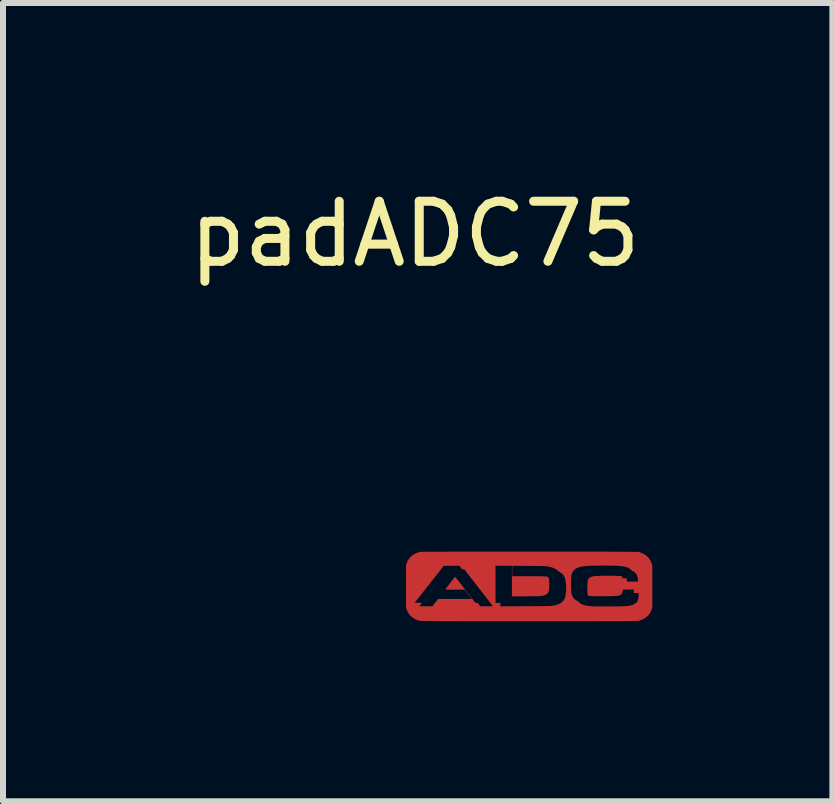
<source format=kicad_pcb>
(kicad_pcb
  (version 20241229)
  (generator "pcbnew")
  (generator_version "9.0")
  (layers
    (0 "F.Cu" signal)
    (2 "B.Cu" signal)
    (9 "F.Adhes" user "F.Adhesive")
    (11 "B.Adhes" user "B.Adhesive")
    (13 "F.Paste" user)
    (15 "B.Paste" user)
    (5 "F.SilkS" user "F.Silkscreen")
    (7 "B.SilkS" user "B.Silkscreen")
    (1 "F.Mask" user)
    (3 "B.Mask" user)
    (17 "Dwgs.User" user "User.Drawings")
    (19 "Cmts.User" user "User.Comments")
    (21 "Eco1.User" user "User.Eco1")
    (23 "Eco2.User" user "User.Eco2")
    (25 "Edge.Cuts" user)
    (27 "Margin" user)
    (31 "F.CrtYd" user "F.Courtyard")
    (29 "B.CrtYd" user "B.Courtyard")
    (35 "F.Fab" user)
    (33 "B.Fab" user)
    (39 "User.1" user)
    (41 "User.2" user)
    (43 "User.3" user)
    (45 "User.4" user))
  (footprint "padADC75"
    (layer "F.Cu")
    (at 3.863 6.748)
    (property "Reference" "padADC75" (at 0.000001 -5.9 0) (unlocked yes) (layer "F.SilkS") (effects (font (size 1 1) (thickness 0.15))))
    (attr smd)
    (fp_poly (pts (xy -0.005 0.243) (xy -0.005 0.243) (xy -0.005 0.243)) (stroke (width -0.000001) (type solid)) (fill yes) (layer "F.Mask"))
    (fp_poly (pts (xy 0.612 -0.37) (xy 0.747 -0.369) (xy 0.984 -0.062) (xy 1.221 0.245) (xy 1.221 0.246) (xy 1.219 0.246) (xy 1.213 0.246) (xy 1.19 0.246) (xy 1.156 0.247) (xy 1.114 0.247) (xy 1.006 0.247) (xy 0.958 0.186) (xy 0.911 0.125) (xy 0.61 0.125) (xy 0.309 0.125) (xy 0.215 0.247) (xy 0.104 0.247) (xy 0.061 0.246) (xy 0.026 0.246) (xy 0.013 0.245) (xy 0.003 0.245) (xy -0.003 0.244) (xy -0.004 0.244) (xy -0.005 0.243) (xy 0.015 0.218) (xy 0.067 0.151) (xy 0.168 0.022) (xy 0.388 0.022) (xy 0.388 0.022) (xy 0.388 0.022) (xy 0.391 0.023) (xy 0.395 0.023) (xy 0.401 0.023) (xy 0.418 0.024) (xy 0.442 0.025) (xy 0.474 0.025) (xy 0.512 0.025) (xy 0.612 0.026) (xy 0.837 0.026) (xy 0.827 0.011) (xy 0.612 -0.265) (xy 0.609 -0.263) (xy 0.602 -0.254) (xy 0.576 -0.223) (xy 0.5 -0.127) (xy 0.424 -0.028) (xy 0.398 0.006) (xy 0.388 0.022) (xy 0.168 0.022) (xy 0.236 -0.065) (xy 0.476 -0.371)) (stroke (width -0.000001) (type solid)) (fill yes) (layer "F.Mask"))
    (fp_poly (pts (xy 1.76 -0.369) (xy 1.98 -0.368) (xy 2.111 -0.367) (xy 2.179 -0.365) (xy 2.198 -0.364) (xy 2.212 -0.362) (xy 2.233 -0.358) (xy 2.252 -0.354) (xy 2.27 -0.349) (xy 2.287 -0.344) (xy 2.303 -0.339) (xy 2.317 -0.333) (xy 2.331 -0.327) (xy 2.343 -0.321) (xy 2.355 -0.314) (xy 2.365 -0.306) (xy 2.375 -0.298) (xy 2.384 -0.289) (xy 2.392 -0.28) (xy 2.399 -0.27) (xy 2.406 -0.259) (xy 2.412 -0.248) (xy 2.416 -0.239) (xy 2.419 -0.231) (xy 2.422 -0.223) (xy 2.425 -0.214) (xy 2.428 -0.206) (xy 2.43 -0.197) (xy 2.432 -0.187) (xy 2.434 -0.177) (xy 2.435 -0.167) (xy 2.436 -0.155) (xy 2.437 -0.142) (xy 2.438 -0.128) (xy 2.438 -0.113) (xy 2.438 -0.096) (xy 2.439 -0.058) (xy 2.438 -0.008) (xy 2.438 0.011) (xy 2.437 0.026) (xy 2.436 0.039) (xy 2.435 0.05) (xy 2.434 0.06) (xy 2.432 0.069) (xy 2.428 0.084) (xy 2.423 0.098) (xy 2.419 0.111) (xy 2.413 0.124) (xy 2.407 0.135) (xy 2.4 0.146) (xy 2.393 0.157) (xy 2.385 0.167) (xy 2.376 0.176) (xy 2.366 0.184) (xy 2.356 0.192) (xy 2.345 0.199) (xy 2.334 0.205) (xy 2.322 0.211) (xy 2.309 0.217) (xy 2.295 0.221) (xy 2.271 0.229) (xy 2.259 0.232) (xy 2.254 0.234) (xy 2.248 0.235) (xy 2.242 0.236) (xy 2.235 0.237) (xy 2.228 0.238) (xy 2.22 0.239) (xy 2.212 0.24) (xy 2.202 0.24) (xy 2.181 0.242) (xy 2.154 0.243) (xy 2.123 0.243) (xy 2.085 0.244) (xy 2.04 0.244) (xy 1.925 0.245) (xy 1.771 0.246) (xy 1.343 0.247) (xy 1.343 -0.062) (xy 1.343 -0.253) (xy 1.538 -0.253) (xy 1.538 0.133) (xy 1.824 0.131) (xy 1.989 0.131) (xy 2.078 0.129) (xy 2.102 0.128) (xy 2.119 0.127) (xy 2.131 0.124) (xy 2.141 0.122) (xy 2.156 0.117) (xy 2.162 0.115) (xy 2.168 0.113) (xy 2.174 0.11) (xy 2.18 0.107) (xy 2.185 0.104) (xy 2.19 0.101) (xy 2.195 0.098) (xy 2.199 0.095) (xy 2.204 0.091) (xy 2.208 0.087) (xy 2.211 0.083) (xy 2.215 0.079) (xy 2.218 0.074) (xy 2.221 0.069) (xy 2.223 0.064) (xy 2.226 0.059) (xy 2.228 0.053) (xy 2.23 0.047) (xy 2.232 0.04) (xy 2.233 0.034) (xy 2.235 0.027) (xy 2.236 0.019) (xy 2.237 0.011) (xy 2.238 0.003) (xy 2.239 -0.015) (xy 2.24 -0.035) (xy 2.24 -0.056) (xy 2.24 -0.079) (xy 2.239 -0.099) (xy 2.237 -0.118) (xy 2.235 -0.135) (xy 2.233 -0.151) (xy 2.229 -0.165) (xy 2.225 -0.177) (xy 2.222 -0.183) (xy 2.22 -0.188) (xy 2.217 -0.194) (xy 2.213 -0.198) (xy 2.21 -0.203) (xy 2.206 -0.207) (xy 2.202 -0.211) (xy 2.198 -0.215) (xy 2.194 -0.219) (xy 2.189 -0.222) (xy 2.179 -0.229) (xy 2.167 -0.234) (xy 2.155 -0.239) (xy 2.141 -0.244) (xy 2.137 -0.245) (xy 2.132 -0.246) (xy 2.127 -0.247) (xy 2.12 -0.247) (xy 2.112 -0.248) (xy 2.102 -0.249) (xy 2.089 -0.249) (xy 2.075 -0.249) (xy 2.057 -0.25) (xy 2.036 -0.25) (xy 1.984 -0.251) (xy 1.916 -0.251) (xy 1.828 -0.252) (xy 1.538 -0.253) (xy 1.343 -0.253) (xy 1.343 -0.371)) (stroke (width -0.000001) (type solid)) (fill yes) (layer "F.Mask"))
    (fp_poly (pts (xy 3.271 -0.376) (xy 3.345 -0.374) (xy 3.404 -0.371) (xy 3.435 -0.368) (xy 3.463 -0.364) (xy 3.489 -0.359) (xy 3.512 -0.354) (xy 3.533 -0.347) (xy 3.552 -0.34) (xy 3.56 -0.336) (xy 3.568 -0.331) (xy 3.576 -0.326) (xy 3.583 -0.321) (xy 3.59 -0.316) (xy 3.596 -0.31) (xy 3.601 -0.304) (xy 3.607 -0.298) (xy 3.611 -0.291) (xy 3.616 -0.284) (xy 3.62 -0.276) (xy 3.623 -0.268) (xy 3.626 -0.26) (xy 3.629 -0.252) (xy 3.633 -0.233) (xy 3.636 -0.213) (xy 3.638 -0.192) (xy 3.639 -0.163) (xy 3.544 -0.162) (xy 3.45 -0.161) (xy 3.45 -0.178) (xy 3.45 -0.182) (xy 3.45 -0.186) (xy 3.449 -0.191) (xy 3.448 -0.195) (xy 3.448 -0.199) (xy 3.446 -0.203) (xy 3.445 -0.207) (xy 3.444 -0.211) (xy 3.442 -0.214) (xy 3.44 -0.218) (xy 3.439 -0.221) (xy 3.437 -0.224) (xy 3.435 -0.227) (xy 3.432 -0.229) (xy 3.43 -0.231) (xy 3.428 -0.233) (xy 3.425 -0.235) (xy 3.422 -0.237) (xy 3.419 -0.239) (xy 3.415 -0.24) (xy 3.407 -0.243) (xy 3.398 -0.246) (xy 3.387 -0.249) (xy 3.375 -0.251) (xy 3.362 -0.253) (xy 3.346 -0.254) (xy 3.329 -0.256) (xy 3.309 -0.257) (xy 3.288 -0.258) (xy 3.263 -0.259) (xy 3.237 -0.259) (xy 3.207 -0.26) (xy 3.14 -0.26) (xy 3.063 -0.26) (xy 3 -0.259) (xy 2.949 -0.256) (xy 2.909 -0.253) (xy 2.893 -0.25) (xy 2.879 -0.248) (xy 2.866 -0.245) (xy 2.855 -0.241) (xy 2.846 -0.237) (xy 2.838 -0.233) (xy 2.831 -0.228) (xy 2.825 -0.222) (xy 2.82 -0.218) (xy 2.818 -0.216) (xy 2.817 -0.213) (xy 2.815 -0.211) (xy 2.813 -0.208) (xy 2.811 -0.206) (xy 2.81 -0.203) (xy 2.809 -0.201) (xy 2.807 -0.198) (xy 2.806 -0.195) (xy 2.805 -0.192) (xy 2.804 -0.188) (xy 2.803 -0.185) (xy 2.802 -0.181) (xy 2.802 -0.177) (xy 2.801 -0.173) (xy 2.8 -0.168) (xy 2.8 -0.163) (xy 2.799 -0.158) (xy 2.798 -0.147) (xy 2.798 -0.134) (xy 2.797 -0.119) (xy 2.797 -0.103) (xy 2.797 -0.084) (xy 2.797 -0.064) (xy 2.797 -0.025) (xy 2.798 0.007) (xy 2.798 0.02) (xy 2.799 0.031) (xy 2.8 0.041) (xy 2.802 0.05) (xy 2.803 0.058) (xy 2.805 0.065) (xy 2.808 0.071) (xy 2.811 0.077) (xy 2.814 0.082) (xy 2.818 0.087) (xy 2.822 0.092) (xy 2.827 0.097) (xy 2.83 0.099) (xy 2.833 0.102) (xy 2.836 0.105) (xy 2.84 0.107) (xy 2.844 0.11) (xy 2.848 0.112) (xy 2.852 0.114) (xy 2.856 0.116) (xy 2.861 0.118) (xy 2.866 0.12) (xy 2.871 0.121) (xy 2.877 0.123) (xy 2.883 0.125) (xy 2.89 0.126) (xy 2.904 0.128) (xy 2.92 0.13) (xy 2.937 0.132) (xy 2.957 0.133) (xy 2.979 0.134) (xy 3.003 0.135) (xy 3.03 0.136) (xy 3.06 0.136) (xy 3.092 0.136) (xy 3.206 0.135) (xy 3.297 0.132) (xy 3.332 0.13) (xy 3.361 0.128) (xy 3.382 0.126) (xy 3.395 0.123) (xy 3.403 0.121) (xy 3.41 0.118) (xy 3.416 0.115) (xy 3.422 0.112) (xy 3.425 0.11) (xy 3.428 0.108) (xy 3.43 0.107) (xy 3.433 0.105) (xy 3.435 0.103) (xy 3.437 0.101) (xy 3.439 0.099) (xy 3.441 0.096) (xy 3.443 0.094) (xy 3.444 0.092) (xy 3.446 0.089) (xy 3.447 0.087) (xy 3.449 0.084) (xy 3.45 0.081) (xy 3.451 0.079) (xy 3.452 0.076) (xy 3.453 0.073) (xy 3.454 0.07) (xy 3.455 0.063) (xy 3.456 0.056) (xy 3.457 0.048) (xy 3.459 0.022) (xy 3.648 0.022) (xy 3.648 0.059) (xy 3.648 0.071) (xy 3.648 0.083) (xy 3.647 0.095) (xy 3.645 0.105) (xy 3.644 0.115) (xy 3.642 0.125) (xy 3.64 0.134) (xy 3.637 0.142) (xy 3.634 0.151) (xy 3.631 0.158) (xy 3.627 0.165) (xy 3.622 0.172) (xy 3.618 0.178) (xy 3.613 0.184) (xy 3.607 0.19) (xy 3.601 0.195) (xy 3.595 0.2) (xy 3.588 0.205) (xy 3.58 0.209) (xy 3.572 0.214) (xy 3.564 0.218) (xy 3.555 0.222) (xy 3.546 0.225) (xy 3.536 0.228) (xy 3.526 0.231) (xy 3.515 0.234) (xy 3.503 0.237) (xy 3.491 0.239) (xy 3.478 0.241) (xy 3.465 0.243) (xy 3.45 0.245) (xy 3.435 0.247) (xy 3.402 0.249) (xy 3.346 0.25) (xy 3.194 0.252) (xy 3.031 0.252) (xy 2.963 0.252) (xy 2.913 0.251) (xy 2.913 0.251) (xy 2.873 0.249) (xy 2.839 0.246) (xy 2.809 0.243) (xy 2.795 0.241) (xy 2.783 0.239) (xy 2.771 0.237) (xy 2.76 0.235) (xy 2.749 0.232) (xy 2.739 0.229) (xy 2.729 0.226) (xy 2.719 0.222) (xy 2.71 0.218) (xy 2.701 0.214) (xy 2.692 0.21) (xy 2.684 0.205) (xy 2.676 0.2) (xy 2.669 0.194) (xy 2.662 0.189) (xy 2.655 0.183) (xy 2.649 0.176) (xy 2.643 0.169) (xy 2.638 0.162) (xy 2.633 0.155) (xy 2.628 0.147) (xy 2.623 0.139) (xy 2.62 0.131) (xy 2.616 0.122) (xy 2.613 0.113) (xy 2.61 0.104) (xy 2.608 0.092) (xy 2.605 0.077) (xy 2.603 0.06) (xy 2.602 0.04) (xy 2.599 -0.003) (xy 2.598 -0.05) (xy 2.598 -0.097) (xy 2.599 -0.142) (xy 2.602 -0.181) (xy 2.604 -0.197) (xy 2.606 -0.211) (xy 2.608 -0.218) (xy 2.61 -0.225) (xy 2.612 -0.232) (xy 2.614 -0.24) (xy 2.617 -0.247) (xy 2.62 -0.254) (xy 2.623 -0.26) (xy 2.626 -0.267) (xy 2.629 -0.273) (xy 2.633 -0.28) (xy 2.636 -0.285) (xy 2.64 -0.291) (xy 2.644 -0.296) (xy 2.647 -0.3) (xy 2.651 -0.304) (xy 2.655 -0.308) (xy 2.661 -0.313) (xy 2.669 -0.318) (xy 2.676 -0.323) (xy 2.685 -0.328) (xy 2.694 -0.332) (xy 2.703 -0.337) (xy 2.713 -0.341) (xy 2.723 -0.345) (xy 2.734 -0.348) (xy 2.745 -0.352) (xy 2.756 -0.355) (xy 2.768 -0.358) (xy 2.78 -0.361) (xy 2.792 -0.363) (xy 2.805 -0.365) (xy 2.818 -0.367) (xy 2.866 -0.371) (xy 2.932 -0.374) (xy 3.011 -0.376) (xy 3.098 -0.377) (xy 3.187 -0.377)) (stroke (width -0.000001) (type solid)) (fill yes) (layer "F.Mask"))
    (fp_poly (pts (xy 0.274 -0.178) (xy 3.475 -0.178) (xy 3.475 0.076) (xy 0.274 0.076)) (stroke (width 0.4) (type solid)) (fill yes) (layer "B.Mask"))
    (pad "1" smd rect (at 0 -0.381) (size 0.12 0.06) (layers "F.Cu" "F.Mask" "F.Paste"))
    (pad "1" smd custom (at 0 -0.000117) (size 0.065 0.065) (drill (offset 1.9 0)) (layers "F.Cu" "F.Mask" "F.Paste") (options (anchor circle)) (primitives (gr_poly (pts (xy -0.057 -0.016) (xy -0.056 -0.023) (xy -0.052 -0.028) (xy -0.047 -0.031) (xy -0.041 -0.033) (xy 0.041 -0.033) (xy 0.047 -0.031) (xy 0.052 -0.028) (xy 0.056 -0.023) (xy 0.057 -0.016) (xy 0.057 0.016) (xy 0.056 0.023) (xy 0.052 0.028) (xy 0.047 0.031) (xy 0.041 0.033) (xy -0.041 0.033) (xy -0.047 0.031) (xy -0.052 0.028) (xy -0.056 0.023) (xy -0.057 0.016)) (width 0) (fill yes)) (gr_poly (pts (xy -0.029 -0.199) (xy 0.125 -0.199) (xy 0.229 -0.197) (xy 0.264 -0.195) (xy 0.29 -0.193) (xy 0.307 -0.191) (xy 0.317 -0.188) (xy 0.317 -0.187) (xy 0.318 -0.187) (xy 0.318 -0.187) (xy 0.318 -0.186) (xy 0.319 -0.186) (xy 0.319 -0.186) (xy 0.32 -0.184) (xy 0.321 -0.183) (xy 0.322 -0.181) (xy 0.323 -0.18) (xy 0.324 -0.178) (xy 0.325 -0.176) (xy 0.326 -0.174) (xy 0.326 -0.171) (xy 0.327 -0.169) (xy 0.328 -0.166) (xy 0.329 -0.164) (xy 0.33 -0.161) (xy 0.331 -0.158) (xy 0.333 -0.15) (xy 0.334 -0.141) (xy 0.335 -0.129) (xy 0.336 -0.117) (xy 0.338 -0.089) (xy 0.338 -0.059) (xy 0.338 -0.028) (xy 0.337 -0.000421) (xy 0.336 0.012) (xy 0.334 0.023) (xy 0.333 0.033) (xy 0.331 0.041) (xy 0.329 0.047) (xy 0.328 0.052) (xy 0.326 0.057) (xy 0.324 0.062) (xy 0.321 0.067) (xy 0.319 0.071) (xy 0.316 0.076) (xy 0.314 0.08) (xy 0.311 0.084) (xy 0.308 0.088) (xy 0.304 0.091) (xy 0.301 0.095) (xy 0.297 0.098) (xy 0.293 0.101) (xy 0.289 0.104) (xy 0.285 0.107) (xy 0.28 0.109) (xy 0.275 0.112) (xy 0.27 0.114) (xy 0.264 0.116) (xy 0.259 0.118) (xy 0.252 0.12) (xy 0.246 0.122) (xy 0.239 0.123) (xy 0.232 0.125) (xy 0.225 0.126) (xy 0.21 0.129) (xy 0.193 0.131) (xy 0.174 0.132) (xy 0.161 0.133) (xy 0.14 0.134) (xy 0.081 0.135) (xy 0.005 0.136) (xy -0.078 0.136) (xy -0.285 0.136) (xy -0.285 -0.032) (xy -0.285 -0.199)) (width 0) (fill yes)) (gr_line (start -0.282 -0.19) (end -0.282 -0.449) (width 0.006)) (gr_poly (pts (xy 1.365 -0.607) (xy 1.812 -0.604) (xy 1.812 -0.604) (xy 1.812 -0.604) (xy 1.812 -0.604) (xy 1.812 -0.604) (xy 1.812 -0.603) (xy 1.812 -0.603) (xy 1.813 -0.603) (xy 1.813 -0.603) (xy 1.813 -0.603) (xy 1.813 -0.603) (xy 1.813 -0.603) (xy 1.814 -0.603) (xy 1.814 -0.602) (xy 1.814 -0.602) (xy 1.814 -0.602) (xy 1.815 -0.602) (xy 1.815 -0.602) (xy 1.815 -0.602) (xy 1.816 -0.602) (xy 1.816 -0.602) (xy 1.817 -0.602) (xy 1.817 -0.602) (xy 1.817 -0.602) (xy 1.818 -0.602) (xy 1.818 -0.602) (xy 1.819 -0.602) (xy 1.819 -0.602) (xy 1.82 -0.602) (xy 1.82 -0.603) (xy 1.821 -0.603) (xy 1.821 -0.603) (xy 1.822 -0.603) (xy 1.823 -0.603) (xy 1.824 -0.603) (xy 1.824 -0.603) (xy 1.825 -0.604) (xy 1.826 -0.604) (xy 1.827 -0.604) (xy 1.828 -0.604) (xy 1.828 -0.604) (xy 1.829 -0.604) (xy 1.829 -0.603) (xy 1.83 -0.603) (xy 1.83 -0.603) (xy 1.831 -0.603) (xy 1.831 -0.603) (xy 1.831 -0.603) (xy 1.831 -0.602) (xy 1.831 -0.602) (xy 1.831 -0.602) (xy 1.831 -0.602) (xy 1.831 -0.602) (xy 1.831 -0.602) (xy 1.831 -0.602) (xy 1.831 -0.601) (xy 1.831 -0.601) (xy 1.832 -0.601) (xy 1.832 -0.601) (xy 1.832 -0.601) (xy 1.832 -0.601) (xy 1.832 -0.6) (xy 1.832 -0.6) (xy 1.833 -0.6) (xy 1.833 -0.6) (xy 1.833 -0.6) (xy 1.834 -0.6) (xy 1.834 -0.6) (xy 1.834 -0.599) (xy 1.835 -0.599) (xy 1.835 -0.599) (xy 1.835 -0.599) (xy 1.836 -0.599) (xy 1.836 -0.599) (xy 1.837 -0.599) (xy 1.838 -0.599) (xy 1.839 -0.598) (xy 1.84 -0.598) (xy 1.84 -0.598) (xy 1.841 -0.598) (xy 1.842 -0.598) (xy 1.843 -0.598) (xy 1.844 -0.598) (xy 1.846 -0.597) (xy 1.848 -0.597) (xy 1.85 -0.596) (xy 1.854 -0.594) (xy 1.859 -0.593) (xy 1.864 -0.591) (xy 1.869 -0.588) (xy 1.875 -0.586) (xy 1.88 -0.584) (xy 1.884 -0.582) (xy 1.889 -0.58) (xy 1.893 -0.579) (xy 1.896 -0.578) (xy 1.897 -0.577) (xy 1.899 -0.577) (xy 1.9 -0.577) (xy 1.9 -0.577) (xy 1.901 -0.577) (xy 1.901 -0.577) (xy 1.901 -0.577) (xy 1.901 -0.577) (xy 1.902 -0.577) (xy 1.902 -0.577) (xy 1.902 -0.577) (xy 1.902 -0.577) (xy 1.902 -0.577) (xy 1.902 -0.577) (xy 1.902 -0.577) (xy 1.902 -0.577) (xy 1.902 -0.577) (xy 1.902 -0.577) (xy 1.903 -0.577) (xy 1.903 -0.577) (xy 1.903 -0.577) (xy 1.903 -0.577) (xy 1.903 -0.577) (xy 1.903 -0.577) (xy 1.903 -0.577) (xy 1.903 -0.577) (xy 1.903 -0.576) (xy 1.903 -0.576) (xy 1.903 -0.576) (xy 1.903 -0.576) (xy 1.903 -0.576) (xy 1.903 -0.576) (xy 1.903 -0.575) (xy 1.903 -0.575) (xy 1.903 -0.575) (xy 1.903 -0.575) (xy 1.903 -0.574) (xy 1.904 -0.574) (xy 1.904 -0.574) (xy 1.904 -0.573) (xy 1.904 -0.573) (xy 1.904 -0.573) (xy 1.904 -0.572) (xy 1.904 -0.572) (xy 1.904 -0.572) (xy 1.904 -0.572) (xy 1.904 -0.571) (xy 1.904 -0.571) (xy 1.904 -0.571) (xy 1.904 -0.571) (xy 1.904 -0.571) (xy 1.904 -0.571) (xy 1.904 -0.571) (xy 1.905 -0.571) (xy 1.905 -0.571) (xy 1.905 -0.571) (xy 1.905 -0.571) (xy 1.905 -0.571) (xy 1.905 -0.571) (xy 1.905 -0.571) (xy 1.905 -0.571) (xy 1.905 -0.571) (xy 1.905 -0.571) (xy 1.906 -0.571) (xy 1.906 -0.571) (xy 1.906 -0.571) (xy 1.906 -0.571) (xy 1.907 -0.571) (xy 1.908 -0.571) (xy 1.909 -0.571) (xy 1.912 -0.569) (xy 1.916 -0.567) (xy 1.921 -0.565) (xy 1.926 -0.561) (xy 1.931 -0.558) (xy 1.937 -0.553) (xy 1.943 -0.549) (xy 1.949 -0.544) (xy 1.955 -0.54) (xy 1.961 -0.535) (xy 1.967 -0.53) (xy 1.972 -0.526) (xy 1.976 -0.521) (xy 1.981 -0.517) (xy 1.985 -0.512) (xy 1.99 -0.507) (xy 1.995 -0.501) (xy 2 -0.494) (xy 2.005 -0.488) (xy 2.009 -0.481) (xy 2.014 -0.474) (xy 2.018 -0.466) (xy 2.023 -0.459) (xy 2.027 -0.451) (xy 2.031 -0.444) (xy 2.034 -0.437) (xy 2.037 -0.43) (xy 2.04 -0.423) (xy 2.043 -0.416) (xy 2.045 -0.41) (xy 2.054 -0.382) (xy 2.054 0.323) (xy 2.045 0.351) (xy 2.043 0.358) (xy 2.04 0.364) (xy 2.037 0.371) (xy 2.034 0.379) (xy 2.031 0.386) (xy 2.027 0.393) (xy 2.023 0.401) (xy 2.018 0.408) (xy 2.014 0.415) (xy 2.009 0.422) (xy 2.005 0.429) (xy 2 0.436) (xy 1.995 0.442) (xy 1.99 0.448) (xy 1.985 0.454) (xy 1.981 0.459) (xy 1.976 0.463) (xy 1.972 0.468) (xy 1.967 0.472) (xy 1.961 0.477) (xy 1.949 0.486) (xy 1.937 0.495) (xy 1.926 0.503) (xy 1.921 0.506) (xy 1.916 0.509) (xy 1.912 0.511) (xy 1.909 0.513) (xy 1.907 0.513) (xy 1.906 0.513) (xy 1.906 0.513) (xy 1.906 0.513) (xy 1.906 0.513) (xy 1.905 0.513) (xy 1.905 0.513) (xy 1.905 0.513) (xy 1.905 0.512) (xy 1.905 0.512) (xy 1.905 0.512) (xy 1.905 0.512) (xy 1.905 0.512) (xy 1.905 0.512) (xy 1.905 0.513) (xy 1.904 0.513) (xy 1.904 0.513) (xy 1.904 0.513) (xy 1.904 0.513) (xy 1.904 0.513) (xy 1.904 0.513) (xy 1.904 0.513) (xy 1.904 0.513) (xy 1.904 0.513) (xy 1.904 0.514) (xy 1.904 0.514) (xy 1.904 0.514) (xy 1.904 0.514) (xy 1.904 0.514) (xy 1.904 0.514) (xy 1.904 0.515) (xy 1.904 0.515) (xy 1.904 0.515) (xy 1.904 0.515) (xy 1.904 0.516) (xy 1.903 0.516) (xy 1.903 0.517) (xy 1.903 0.517) (xy 1.903 0.517) (xy 1.903 0.518) (xy 1.903 0.518) (xy 1.903 0.518) (xy 1.903 0.518) (xy 1.903 0.519) (xy 1.903 0.519) (xy 1.903 0.519) (xy 1.903 0.519) (xy 1.903 0.519) (xy 1.903 0.519) (xy 1.902 0.519) (xy 1.902 0.519) (xy 1.902 0.519) (xy 1.902 0.519) (xy 1.902 0.519) (xy 1.902 0.519) (xy 1.902 0.519) (xy 1.902 0.519) (xy 1.902 0.519) (xy 1.902 0.519) (xy 1.901 0.519) (xy 1.901 0.519) (xy 1.901 0.518) (xy 1.901 0.518) (xy 1.901 0.518) (xy 1.9 0.518) (xy 1.9 0.518) (xy 1.899 0.519) (xy 1.897 0.519) (xy 1.896 0.519) (xy 1.894 0.52) (xy 1.893 0.52) (xy 1.891 0.521) (xy 1.889 0.522) (xy 1.886 0.523) (xy 1.884 0.524) (xy 1.882 0.525) (xy 1.88 0.526) (xy 1.877 0.527) (xy 1.875 0.528) (xy 1.869 0.53) (xy 1.864 0.532) (xy 1.859 0.534) (xy 1.854 0.536) (xy 1.85 0.538) (xy 1.846 0.539) (xy 1.843 0.54) (xy 1.842 0.54) (xy 1.841 0.54) (xy 1.84 0.54) (xy 1.839 0.54) (xy 1.838 0.54) (xy 1.837 0.54) (xy 1.836 0.541) (xy 1.835 0.541) (xy 1.835 0.541) (xy 1.834 0.541) (xy 1.833 0.542) (xy 1.833 0.542) (xy 1.832 0.542) (xy 1.832 0.542) (xy 1.832 0.543) (xy 1.831 0.543) (xy 1.831 0.543) (xy 1.831 0.543) (xy 1.831 0.544) (xy 1.831 0.544) (xy 1.831 0.544) (xy 1.831 0.544) (xy 1.831 0.544) (xy 1.831 0.544) (xy 1.831 0.544) (xy 1.831 0.545) (xy 1.831 0.545) (xy 1.83 0.545) (xy 1.83 0.545) (xy 1.83 0.545) (xy 1.83 0.545) (xy 1.829 0.545) (xy 1.829 0.545) (xy 1.829 0.545) (xy 1.829 0.545) (xy 1.828 0.545) (xy 1.828 0.545) (xy 1.828 0.545) (xy 1.827 0.545) (xy 1.827 0.545) (xy 1.827 0.545) (xy 1.826 0.545) (xy 1.825 0.545) (xy 1.824 0.545) (xy 1.824 0.545) (xy 1.823 0.545) (xy 1.822 0.545) (xy 1.821 0.544) (xy 1.82 0.544) (xy 1.819 0.544) (xy 1.818 0.544) (xy 1.817 0.544) (xy 1.816 0.544) (xy 1.815 0.544) (xy 1.815 0.544) (xy 1.814 0.544) (xy 1.814 0.544) (xy 1.813 0.544) (xy 1.813 0.545) (xy 1.813 0.545) (xy 1.812 0.545) (xy 1.812 0.545) (xy 1.812 0.545) (xy 1.812 0.545) (xy 1.812 0.546) (xy 1.812 0.546) (xy 1.812 0.546) (xy 1.701 0.548) (xy 1.365 0.549) (xy 0.002 0.55) (xy -1.36 0.549) (xy -1.807 0.546) (xy -1.807 0.546) (xy -1.807 0.546) (xy -1.808 0.545) (xy -1.808 0.545) (xy -1.808 0.545) (xy -1.808 0.545) (xy -1.808 0.545) (xy -1.808 0.545) (xy -1.808 0.545) (xy -1.809 0.544) (xy -1.809 0.544) (xy -1.809 0.544) (xy -1.809 0.544) (xy -1.81 0.544) (xy -1.81 0.544) (xy -1.81 0.544) (xy -1.81 0.544) (xy -1.811 0.544) (xy -1.811 0.544) (xy -1.812 0.544) (xy -1.812 0.544) (xy -1.812 0.544) (xy -1.813 0.544) (xy -1.813 0.544) (xy -1.814 0.544) (xy -1.814 0.544) (xy -1.815 0.544) (xy -1.815 0.544) (xy -1.815 0.544) (xy -1.816 0.544) (xy -1.816 0.544) (xy -1.817 0.545) (xy -1.818 0.545) (xy -1.819 0.545) (xy -1.82 0.545) (xy -1.821 0.545) (xy -1.821 0.545) (xy -1.822 0.545) (xy -1.823 0.545) (xy -1.824 0.545) (xy -1.824 0.545) (xy -1.825 0.545) (xy -1.825 0.545) (xy -1.826 0.545) (xy -1.826 0.545) (xy -1.826 0.544) (xy -1.826 0.544) (xy -1.826 0.544) (xy -1.826 0.544) (xy -1.826 0.544) (xy -1.826 0.544) (xy -1.826 0.544) (xy -1.827 0.543) (xy -1.827 0.543) (xy -1.827 0.543) (xy -1.827 0.543) (xy -1.827 0.543) (xy -1.827 0.543) (xy -1.827 0.542) (xy -1.827 0.542) (xy -1.828 0.542) (xy -1.828 0.542) (xy -1.828 0.542) (xy -1.828 0.542) (xy -1.829 0.542) (xy -1.829 0.541) (xy -1.829 0.541) (xy -1.83 0.541) (xy -1.83 0.541) (xy -1.83 0.541) (xy -1.831 0.541) (xy -1.831 0.541) (xy -1.831 0.541) (xy -1.832 0.54) (xy -1.833 0.54) (xy -1.834 0.54) (xy -1.835 0.54) (xy -1.835 0.54) (xy -1.836 0.54) (xy -1.837 0.54) (xy -1.838 0.54) (xy -1.84 0.539) (xy -1.841 0.539) (xy -1.843 0.538) (xy -1.845 0.538) (xy -1.85 0.536) (xy -1.855 0.534) (xy -1.86 0.532) (xy -1.865 0.53) (xy -1.87 0.528) (xy -1.875 0.526) (xy -1.88 0.524) (xy -1.884 0.522) (xy -1.888 0.52) (xy -1.891 0.519) (xy -1.893 0.519) (xy -1.894 0.519) (xy -1.895 0.518) (xy -1.896 0.518) (xy -1.896 0.518) (xy -1.897 0.518) (xy -1.897 0.519) (xy -1.897 0.519) (xy -1.897 0.519) (xy -1.897 0.519) (xy -1.897 0.519) (xy -1.897 0.519) (xy -1.897 0.519) (xy -1.897 0.519) (xy -1.898 0.519) (xy -1.898 0.519) (xy -1.898 0.519) (xy -1.898 0.519) (xy -1.898 0.519) (xy -1.898 0.519) (xy -1.898 0.519) (xy -1.898 0.519) (xy -1.898 0.519) (xy -1.898 0.519) (xy -1.898 0.518) (xy -1.898 0.518) (xy -1.898 0.518) (xy -1.899 0.518) (xy -1.899 0.518) (xy -1.899 0.518) (xy -1.899 0.517) (xy -1.899 0.517) (xy -1.899 0.517) (xy -1.899 0.517) (xy -1.899 0.517) (xy -1.899 0.516) (xy -1.899 0.516) (xy -1.899 0.516) (xy -1.899 0.516) (xy -1.899 0.515) (xy -1.899 0.515) (xy -1.899 0.514) (xy -1.899 0.514) (xy -1.899 0.514) (xy -1.899 0.513) (xy -1.899 0.513) (xy -1.899 0.513) (xy -1.899 0.513) (xy -1.899 0.513) (xy -1.9 0.513) (xy -1.9 0.513) (xy -1.9 0.513) (xy -1.9 0.513) (xy -1.9 0.513) (xy -1.9 0.512) (xy -1.9 0.512) (xy -1.9 0.512) (xy -1.9 0.512) (xy -1.9 0.512) (xy -1.901 0.512) (xy -1.901 0.513) (xy -1.901 0.513) (xy -1.901 0.513) (xy -1.901 0.513) (xy -1.901 0.513) (xy -1.901 0.513) (xy -1.902 0.513) (xy -1.902 0.513) (xy -1.903 0.513) (xy -1.905 0.513) (xy -1.908 0.511) (xy -1.912 0.509) (xy -1.916 0.506) (xy -1.921 0.503) (xy -1.927 0.499) (xy -1.932 0.495) (xy -1.938 0.491) (xy -1.944 0.486) (xy -1.951 0.482) (xy -1.956 0.477) (xy -1.962 0.472) (xy -1.967 0.468) (xy -1.972 0.463) (xy -1.976 0.459) (xy -1.981 0.454) (xy -1.985 0.448) (xy -1.99 0.442) (xy -1.995 0.436) (xy -2 0.429) (xy -2.005 0.422) (xy -2.009 0.415) (xy -2.014 0.408) (xy -2.018 0.401) (xy -2.022 0.393) (xy -2.026 0.386) (xy -2.03 0.379) (xy -2.033 0.371) (xy -2.036 0.364) (xy -2.038 0.358) (xy -2.041 0.351) (xy -2.049 0.323) (xy -2.049 0.243) (xy -1.905 0.243) (xy -1.845 0.244) (xy -1.821 0.245) (xy -1.802 0.246) (xy -1.795 0.246) (xy -1.789 0.247) (xy -1.786 0.247) (xy -1.785 0.247) (xy -1.785 0.248) (xy -1.785 0.248) (xy -1.785 0.248) (xy -1.785 0.249) (xy -1.786 0.25) (xy -1.786 0.251) (xy -1.788 0.253) (xy -1.791 0.257) (xy -1.794 0.261) (xy -1.797 0.266) (xy -1.801 0.271) (xy -1.806 0.276) (xy -1.827 0.302) (xy -1.61 0.302) (xy -1.563 0.241) (xy -1.516 0.18) (xy -1.229 0.18) (xy -0.943 0.18) (xy -0.917 0.213) (xy -0.908 0.223) (xy -0.905 0.228) (xy -0.902 0.231) (xy -0.899 0.235) (xy -0.897 0.237) (xy -0.894 0.239) (xy -0.892 0.241) (xy -0.89 0.242) (xy -0.889 0.243) (xy -0.888 0.243) (xy -0.887 0.244) (xy -0.886 0.244) (xy -0.884 0.245) (xy -0.882 0.245) (xy -0.879 0.245) (xy -0.874 0.245) (xy -0.87 0.245) (xy -0.868 0.245) (xy -0.865 0.245) (xy -0.864 0.246) (xy -0.863 0.246) (xy -0.862 0.246) (xy -0.861 0.246) (xy -0.86 0.246) (xy -0.859 0.247) (xy -0.858 0.247) (xy -0.857 0.248) (xy -0.856 0.248) (xy -0.855 0.249) (xy -0.854 0.25) (xy -0.853 0.25) (xy -0.852 0.251) (xy -0.851 0.252) (xy -0.85 0.253) (xy -0.849 0.255) (xy -0.847 0.257) (xy -0.844 0.261) (xy -0.841 0.264) (xy -0.834 0.274) (xy -0.811 0.302) (xy -0.707 0.302) (xy -0.654 0.302) (xy -0.636 0.302) (xy -0.623 0.301) (xy -0.614 0.301) (xy -0.608 0.3) (xy -0.607 0.299) (xy -0.606 0.299) (xy -0.606 0.298) (xy -0.606 0.297) (xy -0.626 0.271) (xy -0.677 0.204) (xy -0.844 -0.011) (xy -1.078 -0.314) (xy -1.097 -0.315) (xy -1.116 -0.315) (xy -1.137 -0.343) (xy -1.158 -0.372) (xy -1.289 -0.372) (xy -1.421 -0.372) (xy -1.663 -0.064) (xy -1.905 0.243) (xy -2.049 0.243) (xy -2.049 -0.373) (xy -0.558 -0.373) (xy -0.558 0.245) (xy -0.478 0.245) (xy -0.478 0.303) (xy -0.063 0.301) (xy 0.262 0.299) (xy 0.344 0.297) (xy 0.381 0.295) (xy 0.381 0.295) (xy 0.381 0.295) (xy 0.381 0.295) (xy 0.381 0.295) (xy 0.402 0.292) (xy 0.422 0.288) (xy 0.441 0.284) (xy 0.458 0.279) (xy 0.474 0.274) (xy 0.489 0.268) (xy 0.503 0.262) (xy 0.516 0.256) (xy 0.528 0.249) (xy 0.539 0.241) (xy 0.549 0.233) (xy 0.558 0.224) (xy 0.567 0.215) (xy 0.574 0.205) (xy 0.581 0.194) (xy 0.587 0.183) (xy 0.59 0.176) (xy 0.593 0.169) (xy 0.596 0.163) (xy 0.599 0.156) (xy 0.601 0.15) (xy 0.603 0.143) (xy 0.605 0.136) (xy 0.607 0.129) (xy 0.608 0.122) (xy 0.61 0.114) (xy 0.611 0.106) (xy 0.612 0.097) (xy 0.613 0.088) (xy 0.614 0.078) (xy 0.616 0.056) (xy 0.618 0.041) (xy 0.618 0.027) (xy 0.619 0.014) (xy 0.619 0.000422) (xy 0.619 -0.013) (xy 0.618 -0.027) (xy 0.618 -0.041) (xy 0.617 -0.042) (xy 0.7 -0.042) (xy 0.701 0.001) (xy 0.701 0.021) (xy 0.703 0.039) (xy 0.704 0.055) (xy 0.706 0.07) (xy 0.708 0.084) (xy 0.711 0.096) (xy 0.714 0.108) (xy 0.717 0.119) (xy 0.721 0.129) (xy 0.726 0.138) (xy 0.731 0.148) (xy 0.736 0.156) (xy 0.739 0.161) (xy 0.742 0.165) (xy 0.745 0.168) (xy 0.748 0.172) (xy 0.752 0.176) (xy 0.755 0.179) (xy 0.758 0.182) (xy 0.762 0.186) (xy 0.766 0.189) (xy 0.77 0.192) (xy 0.774 0.195) (xy 0.778 0.197) (xy 0.783 0.2) (xy 0.787 0.203) (xy 0.792 0.206) (xy 0.798 0.209) (xy 0.8 0.21) (xy 0.802 0.211) (xy 0.804 0.212) (xy 0.807 0.214) (xy 0.812 0.217) (xy 0.817 0.221) (xy 0.822 0.224) (xy 0.826 0.228) (xy 0.829 0.23) (xy 0.831 0.232) (xy 0.833 0.234) (xy 0.834 0.235) (xy 0.842 0.243) (xy 0.851 0.25) (xy 0.861 0.256) (xy 0.871 0.262) (xy 0.883 0.268) (xy 0.895 0.273) (xy 0.908 0.278) (xy 0.922 0.283) (xy 0.937 0.287) (xy 0.953 0.29) (xy 0.97 0.293) (xy 0.988 0.296) (xy 1.007 0.299) (xy 1.026 0.301) (xy 1.047 0.302) (xy 1.069 0.304) (xy 1.099 0.304) (xy 1.161 0.304) (xy 1.347 0.304) (xy 1.478 0.304) (xy 1.561 0.302) (xy 1.612 0.3) (xy 1.629 0.299) (xy 1.643 0.297) (xy 1.643 0.297) (xy 1.661 0.294) (xy 1.678 0.291) (xy 1.694 0.287) (xy 1.708 0.284) (xy 1.722 0.28) (xy 1.734 0.275) (xy 1.739 0.273) (xy 1.745 0.27) (xy 1.75 0.268) (xy 1.754 0.266) (xy 1.763 0.26) (xy 1.767 0.257) (xy 1.771 0.254) (xy 1.775 0.251) (xy 1.779 0.249) (xy 1.782 0.245) (xy 1.786 0.242) (xy 1.789 0.239) (xy 1.792 0.236) (xy 1.795 0.232) (xy 1.798 0.229) (xy 1.8 0.225) (xy 1.803 0.221) (xy 1.805 0.218) (xy 1.807 0.213) (xy 1.809 0.209) (xy 1.811 0.205) (xy 1.813 0.2) (xy 1.814 0.196) (xy 1.816 0.191) (xy 1.817 0.186) (xy 1.818 0.18) (xy 1.82 0.175) (xy 1.821 0.169) (xy 1.822 0.163) (xy 1.823 0.151) (xy 1.825 0.137) (xy 1.826 0.122) (xy 1.828 0.081) (xy 1.787 0.081) (xy 1.745 0.081) (xy 1.747 0.053) (xy 1.748 0.024) (xy 1.561 0.024) (xy 1.561 0.037) (xy 1.56 0.043) (xy 1.56 0.049) (xy 1.559 0.055) (xy 1.558 0.061) (xy 1.556 0.067) (xy 1.554 0.073) (xy 1.552 0.078) (xy 1.55 0.084) (xy 1.547 0.089) (xy 1.544 0.093) (xy 1.541 0.098) (xy 1.538 0.102) (xy 1.534 0.105) (xy 1.531 0.109) (xy 1.527 0.111) (xy 1.522 0.114) (xy 1.517 0.117) (xy 1.511 0.119) (xy 1.505 0.121) (xy 1.502 0.122) (xy 1.499 0.123) (xy 1.496 0.124) (xy 1.492 0.125) (xy 1.484 0.127) (xy 1.475 0.128) (xy 1.465 0.129) (xy 1.453 0.13) (xy 1.439 0.131) (xy 1.423 0.132) (xy 1.405 0.132) (xy 1.385 0.133) (xy 1.361 0.134) (xy 1.305 0.135) (xy 1.191 0.136) (xy 1.096 0.135) (xy 1.057 0.134) (xy 1.027 0.132) (xy 1.005 0.13) (xy 0.997 0.129) (xy 0.992 0.127) (xy 0.991 0.127) (xy 0.991 0.127) (xy 0.99 0.127) (xy 0.989 0.126) (xy 0.989 0.126) (xy 0.988 0.126) (xy 0.988 0.125) (xy 0.987 0.125) (xy 0.986 0.124) (xy 0.986 0.124) (xy 0.985 0.123) (xy 0.985 0.123) (xy 0.985 0.122) (xy 0.984 0.122) (xy 0.984 0.121) (xy 0.983 0.12) (xy 0.983 0.12) (xy 0.983 0.119) (xy 0.982 0.118) (xy 0.982 0.117) (xy 0.981 0.117) (xy 0.981 0.116) (xy 0.981 0.115) (xy 0.98 0.114) (xy 0.98 0.111) (xy 0.979 0.109) (xy 0.978 0.106) (xy 0.978 0.103) (xy 0.976 0.093) (xy 0.974 0.08) (xy 0.973 0.065) (xy 0.972 0.049) (xy 0.971 0.014) (xy 0.971 -0.023) (xy 0.973 -0.059) (xy 0.975 -0.093) (xy 0.977 -0.107) (xy 0.979 -0.12) (xy 0.981 -0.131) (xy 0.983 -0.14) (xy 0.985 -0.143) (xy 0.986 -0.147) (xy 0.987 -0.15) (xy 0.989 -0.153) (xy 0.991 -0.156) (xy 0.992 -0.158) (xy 0.994 -0.161) (xy 0.997 -0.164) (xy 0.999 -0.166) (xy 1.001 -0.169) (xy 1.004 -0.171) (xy 1.006 -0.173) (xy 1.009 -0.175) (xy 1.012 -0.177) (xy 1.015 -0.179) (xy 1.018 -0.181) (xy 1.022 -0.183) (xy 1.025 -0.185) (xy 1.029 -0.186) (xy 1.033 -0.188) (xy 1.037 -0.189) (xy 1.041 -0.19) (xy 1.046 -0.192) (xy 1.05 -0.193) (xy 1.055 -0.194) (xy 1.06 -0.195) (xy 1.07 -0.197) (xy 1.082 -0.199) (xy 1.094 -0.2) (xy 1.123 -0.202) (xy 1.162 -0.204) (xy 1.208 -0.206) (xy 1.259 -0.207) (xy 1.312 -0.207) (xy 1.364 -0.207) (xy 1.412 -0.206) (xy 1.453 -0.205) (xy 1.49 -0.203) (xy 1.52 -0.202) (xy 1.54 -0.2) (xy 1.546 -0.2) (xy 1.548 -0.199) (xy 1.548 -0.199) (xy 1.548 -0.199) (xy 1.548 -0.199) (xy 1.549 -0.198) (xy 1.549 -0.197) (xy 1.549 -0.196) (xy 1.549 -0.196) (xy 1.55 -0.194) (xy 1.55 -0.193) (xy 1.55 -0.191) (xy 1.551 -0.188) (xy 1.551 -0.185) (xy 1.552 -0.182) (xy 1.554 -0.166) (xy 1.588 -0.166) (xy 1.601 -0.166) (xy 1.606 -0.166) (xy 1.61 -0.166) (xy 1.612 -0.165) (xy 1.614 -0.165) (xy 1.616 -0.165) (xy 1.617 -0.164) (xy 1.619 -0.164) (xy 1.62 -0.163) (xy 1.621 -0.162) (xy 1.622 -0.162) (xy 1.623 -0.161) (xy 1.624 -0.16) (xy 1.625 -0.158) (xy 1.626 -0.157) (xy 1.626 -0.156) (xy 1.627 -0.154) (xy 1.627 -0.152) (xy 1.628 -0.15) (xy 1.629 -0.146) (xy 1.63 -0.141) (xy 1.631 -0.128) (xy 1.634 -0.109) (xy 1.816 -0.109) (xy 1.816 -0.129) (xy 1.816 -0.138) (xy 1.815 -0.148) (xy 1.814 -0.157) (xy 1.812 -0.167) (xy 1.81 -0.176) (xy 1.807 -0.185) (xy 1.805 -0.195) (xy 1.801 -0.203) (xy 1.798 -0.212) (xy 1.794 -0.22) (xy 1.79 -0.228) (xy 1.785 -0.236) (xy 1.781 -0.243) (xy 1.776 -0.249) (xy 1.771 -0.255) (xy 1.765 -0.26) (xy 1.764 -0.262) (xy 1.762 -0.263) (xy 1.76 -0.265) (xy 1.758 -0.266) (xy 1.753 -0.269) (xy 1.748 -0.273) (xy 1.743 -0.276) (xy 1.738 -0.279) (xy 1.736 -0.28) (xy 1.733 -0.281) (xy 1.731 -0.282) (xy 1.729 -0.284) (xy 1.726 -0.285) (xy 1.724 -0.286) (xy 1.722 -0.287) (xy 1.719 -0.288) (xy 1.717 -0.29) (xy 1.715 -0.291) (xy 1.712 -0.293) (xy 1.71 -0.295) (xy 1.708 -0.296) (xy 1.705 -0.298) (xy 1.703 -0.3) (xy 1.701 -0.301) (xy 1.699 -0.303) (xy 1.698 -0.305) (xy 1.696 -0.306) (xy 1.695 -0.308) (xy 1.69 -0.313) (xy 1.685 -0.318) (xy 1.68 -0.322) (xy 1.674 -0.327) (xy 1.668 -0.331) (xy 1.662 -0.334) (xy 1.655 -0.338) (xy 1.648 -0.342) (xy 1.64 -0.345) (xy 1.632 -0.348) (xy 1.623 -0.351) (xy 1.613 -0.353) (xy 1.602 -0.356) (xy 1.591 -0.358) (xy 1.58 -0.36) (xy 1.567 -0.362) (xy 1.539 -0.366) (xy 1.508 -0.369) (xy 1.473 -0.371) (xy 1.433 -0.373) (xy 1.39 -0.374) (xy 1.341 -0.375) (xy 1.288 -0.376) (xy 1.229 -0.376) (xy 1.131 -0.375) (xy 1.051 -0.374) (xy 0.985 -0.371) (xy 0.931 -0.367) (xy 0.908 -0.364) (xy 0.887 -0.361) (xy 0.868 -0.357) (xy 0.85 -0.353) (xy 0.834 -0.348) (xy 0.819 -0.342) (xy 0.804 -0.336) (xy 0.79 -0.33) (xy 0.785 -0.327) (xy 0.78 -0.324) (xy 0.775 -0.321) (xy 0.77 -0.318) (xy 0.766 -0.314) (xy 0.761 -0.311) (xy 0.757 -0.307) (xy 0.753 -0.303) (xy 0.748 -0.299) (xy 0.745 -0.295) (xy 0.741 -0.291) (xy 0.737 -0.286) (xy 0.734 -0.282) (xy 0.731 -0.278) (xy 0.729 -0.273) (xy 0.726 -0.269) (xy 0.723 -0.262) (xy 0.72 -0.255) (xy 0.717 -0.248) (xy 0.714 -0.241) (xy 0.712 -0.233) (xy 0.71 -0.225) (xy 0.708 -0.217) (xy 0.707 -0.208) (xy 0.705 -0.198) (xy 0.704 -0.187) (xy 0.703 -0.175) (xy 0.703 -0.161) (xy 0.702 -0.147) (xy 0.701 -0.131) (xy 0.7 -0.094) (xy 0.7 -0.042) (xy 0.617 -0.042) (xy 0.617 -0.057) (xy 0.615 -0.078) (xy 0.612 -0.099) (xy 0.609 -0.117) (xy 0.606 -0.135) (xy 0.602 -0.151) (xy 0.598 -0.166) (xy 0.593 -0.18) (xy 0.587 -0.193) (xy 0.581 -0.205) (xy 0.574 -0.216) (xy 0.567 -0.226) (xy 0.558 -0.235) (xy 0.549 -0.243) (xy 0.539 -0.251) (xy 0.528 -0.258) (xy 0.516 -0.265) (xy 0.514 -0.267) (xy 0.511 -0.268) (xy 0.506 -0.272) (xy 0.5 -0.275) (xy 0.494 -0.279) (xy 0.489 -0.283) (xy 0.484 -0.287) (xy 0.479 -0.291) (xy 0.477 -0.293) (xy 0.475 -0.295) (xy 0.471 -0.299) (xy 0.467 -0.302) (xy 0.461 -0.306) (xy 0.456 -0.31) (xy 0.449 -0.314) (xy 0.443 -0.318) (xy 0.436 -0.322) (xy 0.429 -0.325) (xy 0.421 -0.329) (xy 0.414 -0.332) (xy 0.406 -0.336) (xy 0.398 -0.339) (xy 0.39 -0.342) (xy 0.382 -0.344) (xy 0.374 -0.347) (xy 0.366 -0.349) (xy 0.352 -0.352) (xy 0.339 -0.355) (xy 0.325 -0.358) (xy 0.312 -0.361) (xy 0.297 -0.363) (xy 0.28 -0.364) (xy 0.261 -0.366) (xy 0.238 -0.367) (xy 0.211 -0.368) (xy 0.179 -0.369) (xy 0.142 -0.369) (xy 0.098 -0.37) (xy -0.012 -0.37) (xy -0.155 -0.371) (xy -0.558 -0.373) (xy -2.049 -0.373) (xy -2.049 -0.382) (xy -2.041 -0.41) (xy -2.038 -0.416) (xy -2.036 -0.423) (xy -2.033 -0.43) (xy -2.03 -0.437) (xy -2.026 -0.444) (xy -2.022 -0.451) (xy -2.018 -0.459) (xy -2.014 -0.466) (xy -2.009 -0.474) (xy -2.005 -0.481) (xy -2 -0.488) (xy -1.995 -0.494) (xy -1.99 -0.501) (xy -1.985 -0.507) (xy -1.981 -0.512) (xy -1.976 -0.517) (xy -1.972 -0.521) (xy -1.967 -0.526) (xy -1.962 -0.53) (xy -1.956 -0.535) (xy -1.944 -0.544) (xy -1.932 -0.553) (xy -1.921 -0.561) (xy -1.916 -0.565) (xy -1.912 -0.567) (xy -1.908 -0.569) (xy -1.905 -0.571) (xy -1.902 -0.571) (xy -1.902 -0.571) (xy -1.901 -0.571) (xy -1.901 -0.571) (xy -1.901 -0.571) (xy -1.901 -0.571) (xy -1.901 -0.571) (xy -1.901 -0.571) (xy -1.901 -0.571) (xy -1.9 -0.571) (xy -1.9 -0.571) (xy -1.9 -0.571) (xy -1.9 -0.571) (xy -1.9 -0.571) (xy -1.9 -0.571) (xy -1.9 -0.571) (xy -1.9 -0.571) (xy -1.9 -0.571) (xy -1.9 -0.571) (xy -1.899 -0.571) (xy -1.899 -0.571) (xy -1.899 -0.571) (xy -1.899 -0.572) (xy -1.899 -0.572) (xy -1.899 -0.572) (xy -1.899 -0.572) (xy -1.899 -0.572) (xy -1.899 -0.572) (xy -1.899 -0.573) (xy -1.899 -0.573) (xy -1.899 -0.573) (xy -1.899 -0.573) (xy -1.899 -0.573) (xy -1.899 -0.574) (xy -1.899 -0.574) (xy -1.899 -0.574) (xy -1.899 -0.575) (xy -1.899 -0.575) (xy -1.899 -0.576) (xy -1.899 -0.576) (xy -1.898 -0.576) (xy -1.898 -0.577) (xy -1.898 -0.577) (xy -1.898 -0.577) (xy -1.898 -0.577) (xy -1.898 -0.577) (xy -1.898 -0.577) (xy -1.898 -0.577) (xy -1.898 -0.577) (xy -1.898 -0.577) (xy -1.898 -0.577) (xy -1.898 -0.577) (xy -1.898 -0.577) (xy -1.897 -0.577) (xy -1.897 -0.577) (xy -1.897 -0.577) (xy -1.897 -0.577) (xy -1.897 -0.577) (xy -1.897 -0.577) (xy -1.897 -0.577) (xy -1.897 -0.577) (xy -1.897 -0.577) (xy -1.896 -0.577) (xy -1.896 -0.577) (xy -1.896 -0.577) (xy -1.895 -0.577) (xy -1.894 -0.577) (xy -1.893 -0.577) (xy -1.891 -0.578) (xy -1.89 -0.578) (xy -1.888 -0.579) (xy -1.886 -0.579) (xy -1.884 -0.58) (xy -1.882 -0.581) (xy -1.88 -0.582) (xy -1.877 -0.583) (xy -1.875 -0.584) (xy -1.872 -0.585) (xy -1.87 -0.586) (xy -1.865 -0.588) (xy -1.86 -0.591) (xy -1.855 -0.593) (xy -1.85 -0.594) (xy -1.845 -0.596) (xy -1.841 -0.597) (xy -1.838 -0.598) (xy -1.837 -0.598) (xy -1.836 -0.598) (xy -1.835 -0.598) (xy -1.834 -0.598) (xy -1.833 -0.599) (xy -1.832 -0.599) (xy -1.831 -0.599) (xy -1.831 -0.599) (xy -1.83 -0.599) (xy -1.829 -0.6) (xy -1.829 -0.6) (xy -1.828 -0.6) (xy -1.828 -0.6) (xy -1.827 -0.601) (xy -1.827 -0.601) (xy -1.827 -0.601) (xy -1.827 -0.602) (xy -1.827 -0.602) (xy -1.826 -0.602) (xy -1.826 -0.602) (xy -1.826 -0.602) (xy -1.826 -0.602) (xy -1.826 -0.602) (xy -1.826 -0.603) (xy -1.826 -0.603) (xy -1.826 -0.603) (xy -1.826 -0.603) (xy -1.826 -0.603) (xy -1.826 -0.603) (xy -1.825 -0.603) (xy -1.825 -0.603) (xy -1.825 -0.603) (xy -1.825 -0.603) (xy -1.824 -0.604) (xy -1.824 -0.604) (xy -1.824 -0.604) (xy -1.823 -0.604) (xy -1.823 -0.604) (xy -1.823 -0.604) (xy -1.822 -0.604) (xy -1.822 -0.604) (xy -1.821 -0.604) (xy -1.821 -0.604) (xy -1.82 -0.603) (xy -1.819 -0.603) (xy -1.818 -0.603) (xy -1.817 -0.603) (xy -1.816 -0.603) (xy -1.815 -0.602) (xy -1.814 -0.602) (xy -1.813 -0.602) (xy -1.812 -0.602) (xy -1.812 -0.602) (xy -1.811 -0.602) (xy -1.81 -0.602) (xy -1.81 -0.602) (xy -1.809 -0.603) (xy -1.809 -0.603) (xy -1.808 -0.603) (xy -1.808 -0.603) (xy -1.808 -0.603) (xy -1.808 -0.603) (xy -1.808 -0.604) (xy -1.808 -0.604) (xy -1.807 -0.604) (xy -1.807 -0.604) (xy -1.807 -0.604) (xy -1.696 -0.606) (xy -1.36 -0.607) (xy 0.002 -0.608)) (width 0) (fill yes)) (gr_line (start -1.072 0.017) (end -0.935 0.195) (width 0.006)) (gr_poly (pts (xy -1.233 -0.188) (xy -1.233 -0.187) (xy -1.232 -0.187) (xy -1.231 -0.186) (xy -1.23 -0.185) (xy -1.229 -0.184) (xy -1.227 -0.183) (xy -1.226 -0.182) (xy -1.224 -0.18) (xy -1.222 -0.178) (xy -1.22 -0.176) (xy -1.216 -0.171) (xy -1.211 -0.165) (xy -1.205 -0.158) (xy -1.198 -0.149) (xy -1.19 -0.14) (xy -1.182 -0.129) (xy -1.172 -0.117) (xy -1.15 -0.088) (xy -1.065 0.021) (xy -1.065 0.021) (xy -1.065 0.022) (xy -1.065 0.022) (xy -1.066 0.022) (xy -1.067 0.022) (xy -1.068 0.023) (xy -1.071 0.023) (xy -1.075 0.024) (xy -1.081 0.024) (xy -1.088 0.024) (xy -1.096 0.025) (xy -1.106 0.025) (xy -1.118 0.025) (xy -1.147 0.025) (xy -1.184 0.026) (xy -1.23 0.026) (xy -1.313 0.025) (xy -1.364 0.025) (xy -1.379 0.024) (xy -1.389 0.023) (xy -1.394 0.022) (xy -1.395 0.022) (xy -1.395 0.021) (xy -1.316 -0.083) (xy -1.261 -0.154) (xy -1.243 -0.177) (xy -1.236 -0.187) (xy -1.235 -0.187) (xy -1.235 -0.188) (xy -1.235 -0.188) (xy -1.234 -0.188)) (width 0) (fill yes))))
    (pad "1" smd rect (at 0 0) (size 0.12 0.06) (layers "F.Cu" "F.Mask" "F.Paste"))
    (pad "1" smd rect (at 0 0.381) (size 0.12 0.06) (layers "F.Cu" "F.Mask" "F.Paste")))
  (gr_rect
    (start -3 -3)
    (end 10.817 10.298)
    (stroke (width 0.1) (type default))
    (fill no)
    (layer "Edge.Cuts")))
</source>
